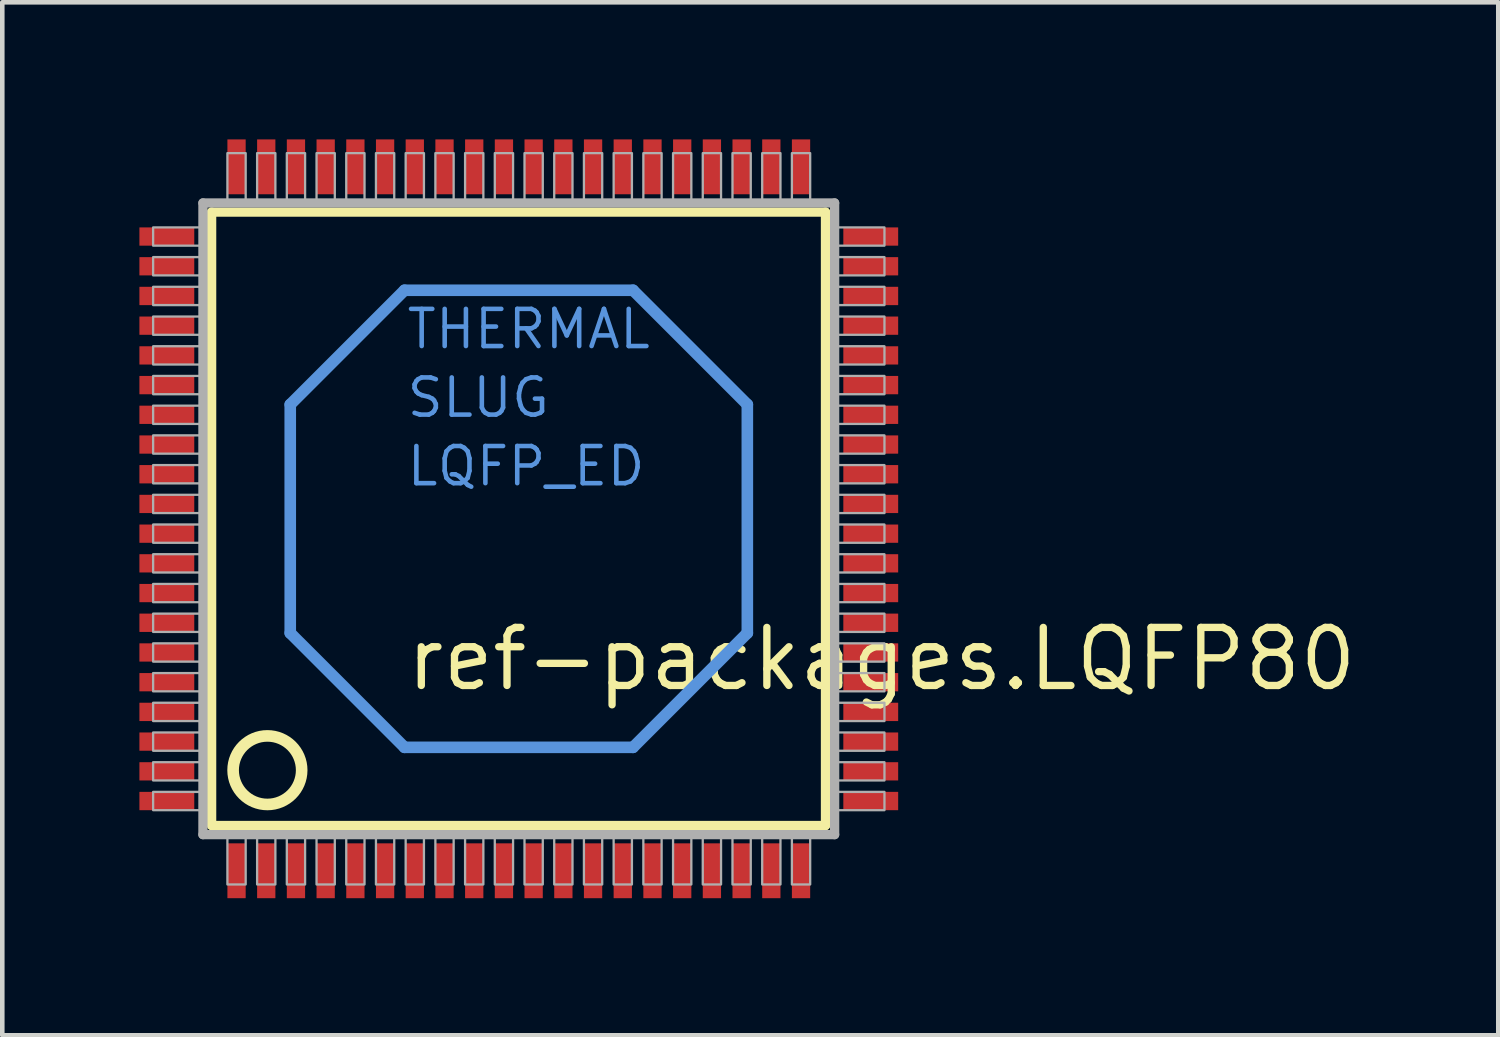
<source format=kicad_pcb>
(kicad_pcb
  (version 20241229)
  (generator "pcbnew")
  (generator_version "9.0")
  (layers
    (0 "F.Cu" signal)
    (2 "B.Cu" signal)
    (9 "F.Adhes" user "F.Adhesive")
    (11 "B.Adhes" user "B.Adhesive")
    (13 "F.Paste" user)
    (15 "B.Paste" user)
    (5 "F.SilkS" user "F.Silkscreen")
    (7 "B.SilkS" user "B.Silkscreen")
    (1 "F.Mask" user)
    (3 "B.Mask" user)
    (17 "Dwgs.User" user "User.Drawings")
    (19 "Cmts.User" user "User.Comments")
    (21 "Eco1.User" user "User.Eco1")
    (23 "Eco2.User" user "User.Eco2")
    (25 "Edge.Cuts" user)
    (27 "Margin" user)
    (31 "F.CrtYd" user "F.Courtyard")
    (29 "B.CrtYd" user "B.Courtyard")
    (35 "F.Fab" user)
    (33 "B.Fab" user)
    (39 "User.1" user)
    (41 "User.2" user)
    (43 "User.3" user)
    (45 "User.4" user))
  (footprint "ref-packages.LQFP80"
    (layer "F.Cu")
    (at 8.3 8.3)
    (property "Reference" "ref-packages.LQFP80" (at -2.54 3.81 0) (layer "F.SilkS") (effects (font (size 1.27 1.27) (thickness 0.16)) (justify left bottom)))
    (attr smd)
    (fp_line (start -6.72 -6.71) (end 6.71 -6.71) (stroke (width 0.203) (type default)) (layer "F.SilkS"))
    (fp_line (start -6.72 6.71) (end -6.72 -6.71) (stroke (width 0.203) (type default)) (layer "F.SilkS"))
    (fp_line (start 6.71 -6.71) (end 6.71 6.71) (stroke (width 0.203) (type default)) (layer "F.SilkS"))
    (fp_line (start 6.71 6.71) (end -6.72 6.71) (stroke (width 0.203) (type default)) (layer "F.SilkS"))
    (fp_circle (center -5.5 5.5) (end -4.75 5.5) (stroke (width 0.254) (type default)) (fill no) (layer "F.SilkS"))
    (fp_line (start -5 -2.5) (end -2.5 -5) (stroke (width 0.254) (type default)) (layer "Cmts.User"))
    (fp_line (start -5 2.5) (end -5 -2.5) (stroke (width 0.254) (type default)) (layer "Cmts.User"))
    (fp_line (start -2.5 -5) (end 2.5 -5) (stroke (width 0.254) (type default)) (layer "Cmts.User"))
    (fp_line (start -2.5 5) (end -5 2.5) (stroke (width 0.254) (type default)) (layer "Cmts.User"))
    (fp_line (start 2.5 -5) (end 5 -2.5) (stroke (width 0.254) (type default)) (layer "Cmts.User"))
    (fp_line (start 2.5 5) (end -2.5 5) (stroke (width 0.254) (type default)) (layer "Cmts.User"))
    (fp_line (start 5 -2.5) (end 5 2.5) (stroke (width 0.254) (type default)) (layer "Cmts.User"))
    (fp_line (start 5 2.5) (end 2.5 5) (stroke (width 0.254) (type default)) (layer "Cmts.User"))
    (fp_line (start -6.91 -6.91) (end -6.91 6.91) (stroke (width 0.203) (type default)) (layer "F.Fab"))
    (fp_line (start -6.91 6.91) (end 6.91 6.91) (stroke (width 0.203) (type default)) (layer "F.Fab"))
    (fp_line (start 6.91 -6.91) (end -6.91 -6.91) (stroke (width 0.203) (type default)) (layer "F.Fab"))
    (fp_line (start 6.91 6.91) (end 6.91 -6.91) (stroke (width 0.203) (type default)) (layer "F.Fab"))
    (fp_rect (start -8 -5.975) (end -6.95 -6.375) (stroke (width 0.05) (type default)) (fill no) (layer "F.Fab"))
    (fp_rect (start -8 -5.325) (end -6.95 -5.725) (stroke (width 0.05) (type default)) (fill no) (layer "F.Fab"))
    (fp_rect (start -8 -4.675) (end -6.95 -5.075) (stroke (width 0.05) (type default)) (fill no) (layer "F.Fab"))
    (fp_rect (start -8 -4.025) (end -6.95 -4.425) (stroke (width 0.05) (type default)) (fill no) (layer "F.Fab"))
    (fp_rect (start -8 -3.375) (end -6.95 -3.775) (stroke (width 0.05) (type default)) (fill no) (layer "F.Fab"))
    (fp_rect (start -8 -2.725) (end -6.95 -3.125) (stroke (width 0.05) (type default)) (fill no) (layer "F.Fab"))
    (fp_rect (start -8 -2.075) (end -6.95 -2.475) (stroke (width 0.05) (type default)) (fill no) (layer "F.Fab"))
    (fp_rect (start -8 -1.425) (end -6.95 -1.825) (stroke (width 0.05) (type default)) (fill no) (layer "F.Fab"))
    (fp_rect (start -8 -0.775) (end -6.95 -1.175) (stroke (width 0.05) (type default)) (fill no) (layer "F.Fab"))
    (fp_rect (start -8 -0.125) (end -6.95 -0.525) (stroke (width 0.05) (type default)) (fill no) (layer "F.Fab"))
    (fp_rect (start -8 0.525) (end -6.95 0.125) (stroke (width 0.05) (type default)) (fill no) (layer "F.Fab"))
    (fp_rect (start -8 1.175) (end -6.95 0.775) (stroke (width 0.05) (type default)) (fill no) (layer "F.Fab"))
    (fp_rect (start -8 1.825) (end -6.95 1.425) (stroke (width 0.05) (type default)) (fill no) (layer "F.Fab"))
    (fp_rect (start -8 2.475) (end -6.95 2.075) (stroke (width 0.05) (type default)) (fill no) (layer "F.Fab"))
    (fp_rect (start -8 3.125) (end -6.95 2.725) (stroke (width 0.05) (type default)) (fill no) (layer "F.Fab"))
    (fp_rect (start -8 3.775) (end -6.95 3.375) (stroke (width 0.05) (type default)) (fill no) (layer "F.Fab"))
    (fp_rect (start -8 4.425) (end -6.95 4.025) (stroke (width 0.05) (type default)) (fill no) (layer "F.Fab"))
    (fp_rect (start -8 5.075) (end -6.95 4.675) (stroke (width 0.05) (type default)) (fill no) (layer "F.Fab"))
    (fp_rect (start -8 5.725) (end -6.95 5.325) (stroke (width 0.05) (type default)) (fill no) (layer "F.Fab"))
    (fp_rect (start -8 6.375) (end -6.95 5.975) (stroke (width 0.05) (type default)) (fill no) (layer "F.Fab"))
    (fp_rect (start -6.375 -6.95) (end -5.975 -8) (stroke (width 0.05) (type default)) (fill no) (layer "F.Fab"))
    (fp_rect (start -6.375 8) (end -5.975 6.95) (stroke (width 0.05) (type default)) (fill no) (layer "F.Fab"))
    (fp_rect (start -5.725 -6.95) (end -5.325 -8) (stroke (width 0.05) (type default)) (fill no) (layer "F.Fab"))
    (fp_rect (start -5.725 8) (end -5.325 6.95) (stroke (width 0.05) (type default)) (fill no) (layer "F.Fab"))
    (fp_rect (start -5.075 -6.95) (end -4.675 -8) (stroke (width 0.05) (type default)) (fill no) (layer "F.Fab"))
    (fp_rect (start -5.075 8) (end -4.675 6.95) (stroke (width 0.05) (type default)) (fill no) (layer "F.Fab"))
    (fp_rect (start -4.425 -6.95) (end -4.025 -8) (stroke (width 0.05) (type default)) (fill no) (layer "F.Fab"))
    (fp_rect (start -4.425 8) (end -4.025 6.95) (stroke (width 0.05) (type default)) (fill no) (layer "F.Fab"))
    (fp_rect (start -3.775 -6.95) (end -3.375 -8) (stroke (width 0.05) (type default)) (fill no) (layer "F.Fab"))
    (fp_rect (start -3.775 8) (end -3.375 6.95) (stroke (width 0.05) (type default)) (fill no) (layer "F.Fab"))
    (fp_rect (start -3.125 -6.95) (end -2.725 -8) (stroke (width 0.05) (type default)) (fill no) (layer "F.Fab"))
    (fp_rect (start -3.125 8) (end -2.725 6.95) (stroke (width 0.05) (type default)) (fill no) (layer "F.Fab"))
    (fp_rect (start -2.475 -6.95) (end -2.075 -8) (stroke (width 0.05) (type default)) (fill no) (layer "F.Fab"))
    (fp_rect (start -2.475 8) (end -2.075 6.95) (stroke (width 0.05) (type default)) (fill no) (layer "F.Fab"))
    (fp_rect (start -1.825 -6.95) (end -1.425 -8) (stroke (width 0.05) (type default)) (fill no) (layer "F.Fab"))
    (fp_rect (start -1.825 8) (end -1.425 6.95) (stroke (width 0.05) (type default)) (fill no) (layer "F.Fab"))
    (fp_rect (start -1.175 -6.95) (end -0.775 -8) (stroke (width 0.05) (type default)) (fill no) (layer "F.Fab"))
    (fp_rect (start -1.175 8) (end -0.775 6.95) (stroke (width 0.05) (type default)) (fill no) (layer "F.Fab"))
    (fp_rect (start -0.525 -6.95) (end -0.125 -8) (stroke (width 0.05) (type default)) (fill no) (layer "F.Fab"))
    (fp_rect (start -0.525 8) (end -0.125 6.95) (stroke (width 0.05) (type default)) (fill no) (layer "F.Fab"))
    (fp_rect (start 0.125 -6.95) (end 0.525 -8) (stroke (width 0.05) (type default)) (fill no) (layer "F.Fab"))
    (fp_rect (start 0.125 8) (end 0.525 6.95) (stroke (width 0.05) (type default)) (fill no) (layer "F.Fab"))
    (fp_rect (start 0.775 -6.95) (end 1.175 -8) (stroke (width 0.05) (type default)) (fill no) (layer "F.Fab"))
    (fp_rect (start 0.775 8) (end 1.175 6.95) (stroke (width 0.05) (type default)) (fill no) (layer "F.Fab"))
    (fp_rect (start 1.425 -6.95) (end 1.825 -8) (stroke (width 0.05) (type default)) (fill no) (layer "F.Fab"))
    (fp_rect (start 1.425 8) (end 1.825 6.95) (stroke (width 0.05) (type default)) (fill no) (layer "F.Fab"))
    (fp_rect (start 2.075 -6.95) (end 2.475 -8) (stroke (width 0.05) (type default)) (fill no) (layer "F.Fab"))
    (fp_rect (start 2.075 8) (end 2.475 6.95) (stroke (width 0.05) (type default)) (fill no) (layer "F.Fab"))
    (fp_rect (start 2.725 -6.95) (end 3.125 -8) (stroke (width 0.05) (type default)) (fill no) (layer "F.Fab"))
    (fp_rect (start 2.725 8) (end 3.125 6.95) (stroke (width 0.05) (type default)) (fill no) (layer "F.Fab"))
    (fp_rect (start 3.375 -6.95) (end 3.775 -8) (stroke (width 0.05) (type default)) (fill no) (layer "F.Fab"))
    (fp_rect (start 3.375 8) (end 3.775 6.95) (stroke (width 0.05) (type default)) (fill no) (layer "F.Fab"))
    (fp_rect (start 4.025 -6.95) (end 4.425 -8) (stroke (width 0.05) (type default)) (fill no) (layer "F.Fab"))
    (fp_rect (start 4.025 8) (end 4.425 6.95) (stroke (width 0.05) (type default)) (fill no) (layer "F.Fab"))
    (fp_rect (start 4.675 -6.95) (end 5.075 -8) (stroke (width 0.05) (type default)) (fill no) (layer "F.Fab"))
    (fp_rect (start 4.675 8) (end 5.075 6.95) (stroke (width 0.05) (type default)) (fill no) (layer "F.Fab"))
    (fp_rect (start 5.325 -6.95) (end 5.725 -8) (stroke (width 0.05) (type default)) (fill no) (layer "F.Fab"))
    (fp_rect (start 5.325 8) (end 5.725 6.95) (stroke (width 0.05) (type default)) (fill no) (layer "F.Fab"))
    (fp_rect (start 5.975 -6.95) (end 6.375 -8) (stroke (width 0.05) (type default)) (fill no) (layer "F.Fab"))
    (fp_rect (start 5.975 8) (end 6.375 6.95) (stroke (width 0.05) (type default)) (fill no) (layer "F.Fab"))
    (fp_rect (start 6.95 -5.975) (end 8 -6.375) (stroke (width 0.05) (type default)) (fill no) (layer "F.Fab"))
    (fp_rect (start 6.95 -5.325) (end 8 -5.725) (stroke (width 0.05) (type default)) (fill no) (layer "F.Fab"))
    (fp_rect (start 6.95 -4.675) (end 8 -5.075) (stroke (width 0.05) (type default)) (fill no) (layer "F.Fab"))
    (fp_rect (start 6.95 -4.025) (end 8 -4.425) (stroke (width 0.05) (type default)) (fill no) (layer "F.Fab"))
    (fp_rect (start 6.95 -3.375) (end 8 -3.775) (stroke (width 0.05) (type default)) (fill no) (layer "F.Fab"))
    (fp_rect (start 6.95 -2.725) (end 8 -3.125) (stroke (width 0.05) (type default)) (fill no) (layer "F.Fab"))
    (fp_rect (start 6.95 -2.075) (end 8 -2.475) (stroke (width 0.05) (type default)) (fill no) (layer "F.Fab"))
    (fp_rect (start 6.95 -1.425) (end 8 -1.825) (stroke (width 0.05) (type default)) (fill no) (layer "F.Fab"))
    (fp_rect (start 6.95 -0.775) (end 8 -1.175) (stroke (width 0.05) (type default)) (fill no) (layer "F.Fab"))
    (fp_rect (start 6.95 -0.125) (end 8 -0.525) (stroke (width 0.05) (type default)) (fill no) (layer "F.Fab"))
    (fp_rect (start 6.95 0.525) (end 8 0.125) (stroke (width 0.05) (type default)) (fill no) (layer "F.Fab"))
    (fp_rect (start 6.95 1.175) (end 8 0.775) (stroke (width 0.05) (type default)) (fill no) (layer "F.Fab"))
    (fp_rect (start 6.95 1.825) (end 8 1.425) (stroke (width 0.05) (type default)) (fill no) (layer "F.Fab"))
    (fp_rect (start 6.95 2.475) (end 8 2.075) (stroke (width 0.05) (type default)) (fill no) (layer "F.Fab"))
    (fp_rect (start 6.95 3.125) (end 8 2.725) (stroke (width 0.05) (type default)) (fill no) (layer "F.Fab"))
    (fp_rect (start 6.95 3.775) (end 8 3.375) (stroke (width 0.05) (type default)) (fill no) (layer "F.Fab"))
    (fp_rect (start 6.95 4.425) (end 8 4.025) (stroke (width 0.05) (type default)) (fill no) (layer "F.Fab"))
    (fp_rect (start 6.95 5.075) (end 8 4.675) (stroke (width 0.05) (type default)) (fill no) (layer "F.Fab"))
    (fp_rect (start 6.95 5.725) (end 8 5.325) (stroke (width 0.05) (type default)) (fill no) (layer "F.Fab"))
    (fp_rect (start 6.95 6.375) (end 8 5.975) (stroke (width 0.05) (type default)) (fill no) (layer "F.Fab"))
    (fp_text user "LQFP_ED" (at -2.5 -0.675 0) (layer "Cmts.User") (effects (font (size 0.813 0.813) (thickness 0.1)) (justify left bottom)))
    (fp_text user "SLUG" (at -2.5 -2.175 0) (layer "Cmts.User") (effects (font (size 0.813 0.813) (thickness 0.1)) (justify left bottom)))
    (fp_text user "THERMAL" (at -2.5 -3.675 0) (layer "Cmts.User") (effects (font (size 0.813 0.813) (thickness 0.1)) (justify left bottom)))
    (pad "1" smd roundrect (at -6.175 7.7) (size 0.4 1.2) (layers "F.Cu" "F.Mask" "F.Paste") (roundrect_rratio 0.01))
    (pad "2" smd roundrect (at -5.525 7.7) (size 0.4 1.2) (layers "F.Cu" "F.Mask" "F.Paste") (roundrect_rratio 0.01))
    (pad "3" smd roundrect (at -4.875 7.7) (size 0.4 1.2) (layers "F.Cu" "F.Mask" "F.Paste") (roundrect_rratio 0.01))
    (pad "4" smd roundrect (at -4.225 7.7) (size 0.4 1.2) (layers "F.Cu" "F.Mask" "F.Paste") (roundrect_rratio 0.01))
    (pad "5" smd roundrect (at -3.575 7.7) (size 0.4 1.2) (layers "F.Cu" "F.Mask" "F.Paste") (roundrect_rratio 0.01))
    (pad "6" smd roundrect (at -2.925 7.7) (size 0.4 1.2) (layers "F.Cu" "F.Mask" "F.Paste") (roundrect_rratio 0.01))
    (pad "7" smd roundrect (at -2.275 7.7) (size 0.4 1.2) (layers "F.Cu" "F.Mask" "F.Paste") (roundrect_rratio 0.01))
    (pad "8" smd roundrect (at -1.625 7.7) (size 0.4 1.2) (layers "F.Cu" "F.Mask" "F.Paste") (roundrect_rratio 0.01))
    (pad "9" smd roundrect (at -0.975 7.7) (size 0.4 1.2) (layers "F.Cu" "F.Mask" "F.Paste") (roundrect_rratio 0.01))
    (pad "10" smd roundrect (at -0.325 7.7) (size 0.4 1.2) (layers "F.Cu" "F.Mask" "F.Paste") (roundrect_rratio 0.01))
    (pad "11" smd roundrect (at 0.325 7.7) (size 0.4 1.2) (layers "F.Cu" "F.Mask" "F.Paste") (roundrect_rratio 0.01))
    (pad "12" smd roundrect (at 0.975 7.7) (size 0.4 1.2) (layers "F.Cu" "F.Mask" "F.Paste") (roundrect_rratio 0.01))
    (pad "13" smd roundrect (at 1.625 7.7) (size 0.4 1.2) (layers "F.Cu" "F.Mask" "F.Paste") (roundrect_rratio 0.01))
    (pad "14" smd roundrect (at 2.275 7.7) (size 0.4 1.2) (layers "F.Cu" "F.Mask" "F.Paste") (roundrect_rratio 0.01))
    (pad "15" smd roundrect (at 2.925 7.7) (size 0.4 1.2) (layers "F.Cu" "F.Mask" "F.Paste") (roundrect_rratio 0.01))
    (pad "16" smd roundrect (at 3.575 7.7) (size 0.4 1.2) (layers "F.Cu" "F.Mask" "F.Paste") (roundrect_rratio 0.01))
    (pad "17" smd roundrect (at 4.225 7.7) (size 0.4 1.2) (layers "F.Cu" "F.Mask" "F.Paste") (roundrect_rratio 0.01))
    (pad "18" smd roundrect (at 4.875 7.7) (size 0.4 1.2) (layers "F.Cu" "F.Mask" "F.Paste") (roundrect_rratio 0.01))
    (pad "19" smd roundrect (at 5.525 7.7) (size 0.4 1.2) (layers "F.Cu" "F.Mask" "F.Paste") (roundrect_rratio 0.01))
    (pad "20" smd roundrect (at 6.175 7.7) (size 0.4 1.2) (layers "F.Cu" "F.Mask" "F.Paste") (roundrect_rratio 0.01))
    (pad "21" smd roundrect (at 7.7 6.175) (size 1.2 0.4) (layers "F.Cu" "F.Mask" "F.Paste") (roundrect_rratio 0.01))
    (pad "22" smd roundrect (at 7.7 5.525) (size 1.2 0.4) (layers "F.Cu" "F.Mask" "F.Paste") (roundrect_rratio 0.01))
    (pad "23" smd roundrect (at 7.7 4.875) (size 1.2 0.4) (layers "F.Cu" "F.Mask" "F.Paste") (roundrect_rratio 0.01))
    (pad "24" smd roundrect (at 7.7 4.225) (size 1.2 0.4) (layers "F.Cu" "F.Mask" "F.Paste") (roundrect_rratio 0.01))
    (pad "25" smd roundrect (at 7.7 3.575) (size 1.2 0.4) (layers "F.Cu" "F.Mask" "F.Paste") (roundrect_rratio 0.01))
    (pad "26" smd roundrect (at 7.7 2.925) (size 1.2 0.4) (layers "F.Cu" "F.Mask" "F.Paste") (roundrect_rratio 0.01))
    (pad "27" smd roundrect (at 7.7 2.275) (size 1.2 0.4) (layers "F.Cu" "F.Mask" "F.Paste") (roundrect_rratio 0.01))
    (pad "28" smd roundrect (at 7.7 1.625) (size 1.2 0.4) (layers "F.Cu" "F.Mask" "F.Paste") (roundrect_rratio 0.01))
    (pad "29" smd roundrect (at 7.7 0.975) (size 1.2 0.4) (layers "F.Cu" "F.Mask" "F.Paste") (roundrect_rratio 0.01))
    (pad "30" smd roundrect (at 7.7 0.325) (size 1.2 0.4) (layers "F.Cu" "F.Mask" "F.Paste") (roundrect_rratio 0.01))
    (pad "31" smd roundrect (at 7.7 -0.325) (size 1.2 0.4) (layers "F.Cu" "F.Mask" "F.Paste") (roundrect_rratio 0.01))
    (pad "32" smd roundrect (at 7.7 -0.975) (size 1.2 0.4) (layers "F.Cu" "F.Mask" "F.Paste") (roundrect_rratio 0.01))
    (pad "33" smd roundrect (at 7.7 -1.625) (size 1.2 0.4) (layers "F.Cu" "F.Mask" "F.Paste") (roundrect_rratio 0.01))
    (pad "34" smd roundrect (at 7.7 -2.275) (size 1.2 0.4) (layers "F.Cu" "F.Mask" "F.Paste") (roundrect_rratio 0.01))
    (pad "35" smd roundrect (at 7.7 -2.925) (size 1.2 0.4) (layers "F.Cu" "F.Mask" "F.Paste") (roundrect_rratio 0.01))
    (pad "36" smd roundrect (at 7.7 -3.575) (size 1.2 0.4) (layers "F.Cu" "F.Mask" "F.Paste") (roundrect_rratio 0.01))
    (pad "37" smd roundrect (at 7.7 -4.225) (size 1.2 0.4) (layers "F.Cu" "F.Mask" "F.Paste") (roundrect_rratio 0.01))
    (pad "38" smd roundrect (at 7.7 -4.875) (size 1.2 0.4) (layers "F.Cu" "F.Mask" "F.Paste") (roundrect_rratio 0.01))
    (pad "39" smd roundrect (at 7.7 -5.525) (size 1.2 0.4) (layers "F.Cu" "F.Mask" "F.Paste") (roundrect_rratio 0.01))
    (pad "40" smd roundrect (at 7.7 -6.175) (size 1.2 0.4) (layers "F.Cu" "F.Mask" "F.Paste") (roundrect_rratio 0.01))
    (pad "41" smd roundrect (at 6.175 -7.7) (size 0.4 1.2) (layers "F.Cu" "F.Mask" "F.Paste") (roundrect_rratio 0.01))
    (pad "42" smd roundrect (at 5.525 -7.7) (size 0.4 1.2) (layers "F.Cu" "F.Mask" "F.Paste") (roundrect_rratio 0.01))
    (pad "43" smd roundrect (at 4.875 -7.7) (size 0.4 1.2) (layers "F.Cu" "F.Mask" "F.Paste") (roundrect_rratio 0.01))
    (pad "44" smd roundrect (at 4.225 -7.7) (size 0.4 1.2) (layers "F.Cu" "F.Mask" "F.Paste") (roundrect_rratio 0.01))
    (pad "45" smd roundrect (at 3.575 -7.7) (size 0.4 1.2) (layers "F.Cu" "F.Mask" "F.Paste") (roundrect_rratio 0.01))
    (pad "46" smd roundrect (at 2.925 -7.7) (size 0.4 1.2) (layers "F.Cu" "F.Mask" "F.Paste") (roundrect_rratio 0.01))
    (pad "47" smd roundrect (at 2.275 -7.7) (size 0.4 1.2) (layers "F.Cu" "F.Mask" "F.Paste") (roundrect_rratio 0.01))
    (pad "48" smd roundrect (at 1.625 -7.7) (size 0.4 1.2) (layers "F.Cu" "F.Mask" "F.Paste") (roundrect_rratio 0.01))
    (pad "49" smd roundrect (at 0.975 -7.7) (size 0.4 1.2) (layers "F.Cu" "F.Mask" "F.Paste") (roundrect_rratio 0.01))
    (pad "50" smd roundrect (at 0.325 -7.7) (size 0.4 1.2) (layers "F.Cu" "F.Mask" "F.Paste") (roundrect_rratio 0.01))
    (pad "51" smd roundrect (at -0.325 -7.7) (size 0.4 1.2) (layers "F.Cu" "F.Mask" "F.Paste") (roundrect_rratio 0.01))
    (pad "52" smd roundrect (at -0.975 -7.7) (size 0.4 1.2) (layers "F.Cu" "F.Mask" "F.Paste") (roundrect_rratio 0.01))
    (pad "53" smd roundrect (at -1.625 -7.7) (size 0.4 1.2) (layers "F.Cu" "F.Mask" "F.Paste") (roundrect_rratio 0.01))
    (pad "54" smd roundrect (at -2.275 -7.7) (size 0.4 1.2) (layers "F.Cu" "F.Mask" "F.Paste") (roundrect_rratio 0.01))
    (pad "55" smd roundrect (at -2.925 -7.7) (size 0.4 1.2) (layers "F.Cu" "F.Mask" "F.Paste") (roundrect_rratio 0.01))
    (pad "56" smd roundrect (at -3.575 -7.7) (size 0.4 1.2) (layers "F.Cu" "F.Mask" "F.Paste") (roundrect_rratio 0.01))
    (pad "57" smd roundrect (at -4.225 -7.7) (size 0.4 1.2) (layers "F.Cu" "F.Mask" "F.Paste") (roundrect_rratio 0.01))
    (pad "58" smd roundrect (at -4.875 -7.7) (size 0.4 1.2) (layers "F.Cu" "F.Mask" "F.Paste") (roundrect_rratio 0.01))
    (pad "59" smd roundrect (at -5.525 -7.7) (size 0.4 1.2) (layers "F.Cu" "F.Mask" "F.Paste") (roundrect_rratio 0.01))
    (pad "60" smd roundrect (at -6.175 -7.7) (size 0.4 1.2) (layers "F.Cu" "F.Mask" "F.Paste") (roundrect_rratio 0.01))
    (pad "61" smd roundrect (at -7.7 -6.175) (size 1.2 0.4) (layers "F.Cu" "F.Mask" "F.Paste") (roundrect_rratio 0.01))
    (pad "62" smd roundrect (at -7.7 -5.525) (size 1.2 0.4) (layers "F.Cu" "F.Mask" "F.Paste") (roundrect_rratio 0.01))
    (pad "63" smd roundrect (at -7.7 -4.875) (size 1.2 0.4) (layers "F.Cu" "F.Mask" "F.Paste") (roundrect_rratio 0.01))
    (pad "64" smd roundrect (at -7.7 -4.225) (size 1.2 0.4) (layers "F.Cu" "F.Mask" "F.Paste") (roundrect_rratio 0.01))
    (pad "65" smd roundrect (at -7.7 -3.575) (size 1.2 0.4) (layers "F.Cu" "F.Mask" "F.Paste") (roundrect_rratio 0.01))
    (pad "66" smd roundrect (at -7.7 -2.925) (size 1.2 0.4) (layers "F.Cu" "F.Mask" "F.Paste") (roundrect_rratio 0.01))
    (pad "67" smd roundrect (at -7.7 -2.275) (size 1.2 0.4) (layers "F.Cu" "F.Mask" "F.Paste") (roundrect_rratio 0.01))
    (pad "68" smd roundrect (at -7.7 -1.625) (size 1.2 0.4) (layers "F.Cu" "F.Mask" "F.Paste") (roundrect_rratio 0.01))
    (pad "69" smd roundrect (at -7.7 -0.975) (size 1.2 0.4) (layers "F.Cu" "F.Mask" "F.Paste") (roundrect_rratio 0.01))
    (pad "70" smd roundrect (at -7.7 -0.325) (size 1.2 0.4) (layers "F.Cu" "F.Mask" "F.Paste") (roundrect_rratio 0.01))
    (pad "71" smd roundrect (at -7.7 0.325) (size 1.2 0.4) (layers "F.Cu" "F.Mask" "F.Paste") (roundrect_rratio 0.01))
    (pad "72" smd roundrect (at -7.7 0.975) (size 1.2 0.4) (layers "F.Cu" "F.Mask" "F.Paste") (roundrect_rratio 0.01))
    (pad "73" smd roundrect (at -7.7 1.625) (size 1.2 0.4) (layers "F.Cu" "F.Mask" "F.Paste") (roundrect_rratio 0.01))
    (pad "74" smd roundrect (at -7.7 2.275) (size 1.2 0.4) (layers "F.Cu" "F.Mask" "F.Paste") (roundrect_rratio 0.01))
    (pad "75" smd roundrect (at -7.7 2.925) (size 1.2 0.4) (layers "F.Cu" "F.Mask" "F.Paste") (roundrect_rratio 0.01))
    (pad "76" smd roundrect (at -7.7 3.575) (size 1.2 0.4) (layers "F.Cu" "F.Mask" "F.Paste") (roundrect_rratio 0.01))
    (pad "77" smd roundrect (at -7.7 4.225) (size 1.2 0.4) (layers "F.Cu" "F.Mask" "F.Paste") (roundrect_rratio 0.01))
    (pad "78" smd roundrect (at -7.7 4.875) (size 1.2 0.4) (layers "F.Cu" "F.Mask" "F.Paste") (roundrect_rratio 0.01))
    (pad "79" smd roundrect (at -7.7 5.525) (size 1.2 0.4) (layers "F.Cu" "F.Mask" "F.Paste") (roundrect_rratio 0.01))
    (pad "80" smd roundrect (at -7.7 6.175) (size 1.2 0.4) (layers "F.Cu" "F.Mask" "F.Paste") (roundrect_rratio 0.01)))
  (gr_rect
    (start -3 -3)
    (end 29.729 19.6)
    (stroke (width 0.1) (type default))
    (fill no)
    (layer "Edge.Cuts")))
</source>
